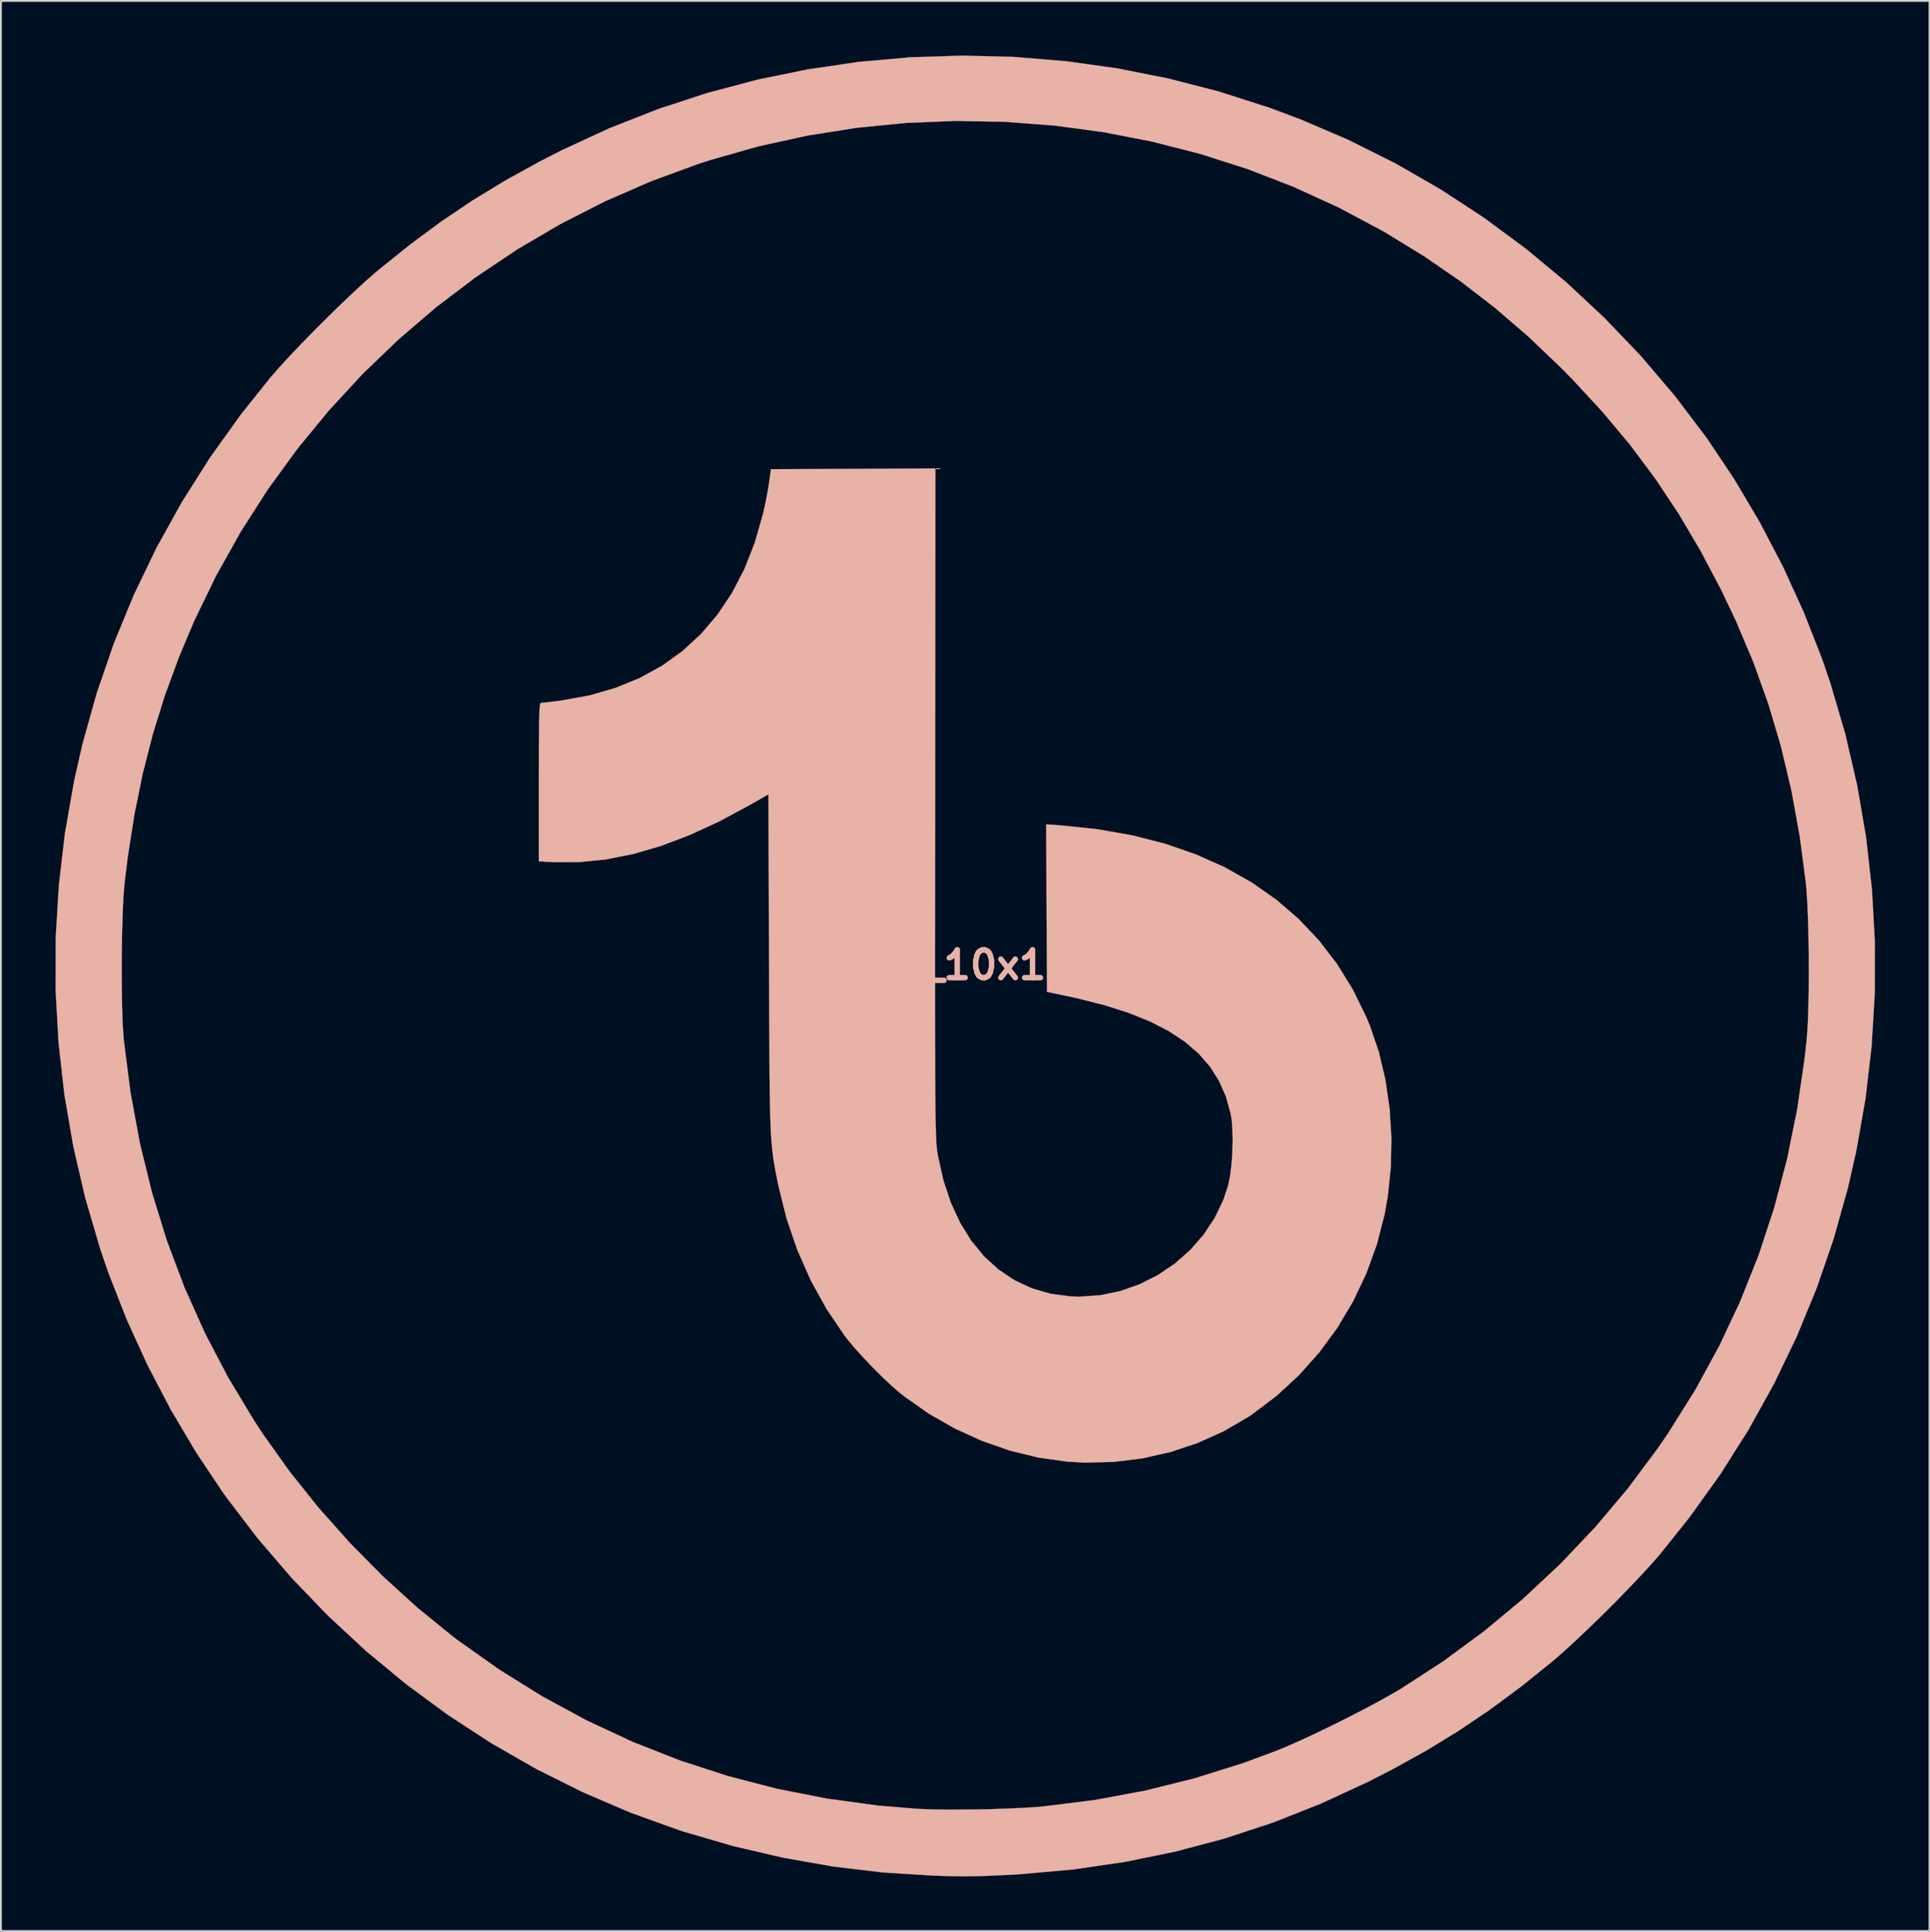
<source format=kicad_pcb>
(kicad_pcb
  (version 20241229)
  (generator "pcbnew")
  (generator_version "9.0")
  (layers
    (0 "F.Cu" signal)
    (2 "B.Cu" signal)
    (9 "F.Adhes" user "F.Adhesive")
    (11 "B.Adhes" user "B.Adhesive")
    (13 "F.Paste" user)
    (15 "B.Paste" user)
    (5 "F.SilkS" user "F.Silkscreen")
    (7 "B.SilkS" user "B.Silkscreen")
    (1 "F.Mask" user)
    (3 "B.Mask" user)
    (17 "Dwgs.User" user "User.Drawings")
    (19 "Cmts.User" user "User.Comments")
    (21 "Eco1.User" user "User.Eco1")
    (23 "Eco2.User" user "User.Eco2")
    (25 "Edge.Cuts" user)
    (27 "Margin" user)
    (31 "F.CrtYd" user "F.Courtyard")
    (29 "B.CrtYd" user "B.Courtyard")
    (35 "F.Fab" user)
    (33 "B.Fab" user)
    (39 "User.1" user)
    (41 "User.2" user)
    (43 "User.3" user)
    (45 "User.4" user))
  (footprint "tiktok_10x10_B"
    (layer "F.Cu")
    (at 49.905 49.926)
    (property "Reference" "tiktok_10x10_B" (at 0 0 0) (layer "B.SilkS") (effects (font (size 1.524 1.524) (thickness 0.3))))
    (attr through_hole)
    (fp_poly (pts (xy -1.611 -8.87) (xy -1.612 -6.791) (xy -1.613 -4.874) (xy -1.614 -3.113) (xy -1.615 -1.501) (xy -1.616 -0.029) (xy -1.615 1.308) (xy -1.615 2.517) (xy -1.614 3.607) (xy -1.612 4.582) (xy -1.61 5.452) (xy -1.607 6.222) (xy -1.603 6.899) (xy -1.598 7.492) (xy -1.593 8.005) (xy -1.586 8.448) (xy -1.578 8.825) (xy -1.57 9.146) (xy -1.56 9.416) (xy -1.549 9.642) (xy -1.537 9.832) (xy -1.524 9.992) (xy -1.509 10.13) (xy -1.493 10.253) (xy -1.475 10.367) (xy -1.456 10.479) (xy -1.451 10.508) (xy -1.151 11.838) (xy -0.743 13.056) (xy -0.232 14.157) (xy 0.376 15.137) (xy 1.078 15.99) (xy 1.868 16.711) (xy 2.741 17.297) (xy 3.693 17.741) (xy 4.718 18.039) (xy 5.812 18.187) (xy 6.318 18.203) (xy 7.458 18.123) (xy 8.567 17.891) (xy 9.629 17.515) (xy 10.631 17.008) (xy 11.557 16.38) (xy 12.393 15.643) (xy 13.126 14.806) (xy 13.739 13.882) (xy 14.218 12.881) (xy 14.487 12.065) (xy 14.586 11.579) (xy 14.659 10.982) (xy 14.706 10.323) (xy 14.724 9.65) (xy 14.711 9.012) (xy 14.667 8.458) (xy 14.618 8.155) (xy 14.356 7.219) (xy 13.979 6.36) (xy 13.483 5.575) (xy 12.861 4.86) (xy 12.109 4.211) (xy 11.221 3.624) (xy 10.192 3.096) (xy 9.017 2.622) (xy 7.691 2.2) (xy 6.207 1.824) (xy 5.63 1.699) (xy 4.53 1.47) (xy 4.486 -7.725) (xy 5.312 -7.666) (xy 7.32 -7.456) (xy 9.223 -7.12) (xy 11.021 -6.659) (xy 12.711 -6.075) (xy 14.29 -5.37) (xy 15.757 -4.544) (xy 17.108 -3.6) (xy 18.343 -2.538) (xy 19.457 -1.361) (xy 20.45 -0.07) (xy 21.319 1.334) (xy 22.062 2.85) (xy 22.272 3.355) (xy 22.755 4.781) (xy 23.112 6.295) (xy 23.342 7.871) (xy 23.441 9.482) (xy 23.409 11.099) (xy 23.243 12.697) (xy 23.069 13.679) (xy 22.642 15.334) (xy 22.063 16.93) (xy 21.34 18.455) (xy 20.479 19.9) (xy 19.488 21.252) (xy 18.374 22.502) (xy 17.145 23.638) (xy 15.808 24.65) (xy 15.579 24.804) (xy 14.235 25.587) (xy 12.807 26.23) (xy 11.314 26.728) (xy 9.77 27.077) (xy 8.194 27.273) (xy 6.602 27.312) (xy 5.618 27.255) (xy 4.049 27.032) (xy 2.486 26.649) (xy 0.949 26.112) (xy -0.543 25.432) (xy -1.971 24.614) (xy -3.314 23.668) (xy -3.556 23.476) (xy -3.997 23.095) (xy -4.502 22.62) (xy -5.036 22.087) (xy -5.562 21.534) (xy -6.044 20.999) (xy -6.445 20.518) (xy -6.575 20.35) (xy -7.571 18.879) (xy -8.441 17.305) (xy -9.175 15.643) (xy -9.769 13.909) (xy -10.215 12.119) (xy -10.234 12.023) (xy -10.304 11.67) (xy -10.367 11.349) (xy -10.423 11.048) (xy -10.472 10.758) (xy -10.515 10.465) (xy -10.552 10.16) (xy -10.584 9.831) (xy -10.612 9.467) (xy -10.635 9.056) (xy -10.654 8.588) (xy -10.67 8.051) (xy -10.683 7.435) (xy -10.693 6.728) (xy -10.702 5.919) (xy -10.708 4.996) (xy -10.714 3.95) (xy -10.719 2.767) (xy -10.724 1.438) (xy -10.73 -0.049) (xy -10.73 -0.094) (xy -10.762 -9.375) (xy -11.787 -8.788) (xy -13.47 -7.884) (xy -15.096 -7.135) (xy -16.671 -6.539) (xy -18.201 -6.095) (xy -19.692 -5.8) (xy -21.151 -5.653) (xy -22.583 -5.652) (xy -22.627 -5.654) (xy -23.368 -5.694) (xy -23.368 -10.044) (xy -23.367 -11.026) (xy -23.366 -11.853) (xy -23.362 -12.536) (xy -23.357 -13.088) (xy -23.349 -13.523) (xy -23.338 -13.853) (xy -23.324 -14.092) (xy -23.307 -14.252) (xy -23.286 -14.347) (xy -23.261 -14.388) (xy -23.245 -14.393) (xy -23.116 -14.404) (xy -22.858 -14.433) (xy -22.509 -14.475) (xy -22.147 -14.521) (xy -20.607 -14.798) (xy -19.168 -15.211) (xy -17.832 -15.757) (xy -16.6 -16.435) (xy -15.475 -17.244) (xy -14.459 -18.182) (xy -13.552 -19.247) (xy -12.758 -20.436) (xy -12.078 -21.75) (xy -11.514 -23.184) (xy -11.068 -24.739) (xy -11.061 -24.766) (xy -10.954 -25.246) (xy -10.85 -25.765) (xy -10.764 -26.244) (xy -10.731 -26.46) (xy -10.622 -27.22) (xy -1.597 -27.264) (xy -1.611 -8.87)) (stroke (width 0.01) (type solid)) (fill yes) (layer "B.SilkS"))
    (fp_poly (pts (xy 2.713 -49.851) (xy 5.546 -49.619) (xy 8.366 -49.227) (xy 11.168 -48.673) (xy 13.945 -47.958) (xy 16.688 -47.081) (xy 18.45 -46.424) (xy 21.086 -45.293) (xy 23.649 -44.012) (xy 26.132 -42.586) (xy 28.528 -41.019) (xy 30.832 -39.317) (xy 33.038 -37.484) (xy 35.137 -35.526) (xy 37.125 -33.448) (xy 38.994 -31.255) (xy 40.739 -28.952) (xy 40.766 -28.914) (xy 42.273 -26.661) (xy 43.671 -24.3) (xy 44.947 -21.856) (xy 46.088 -19.356) (xy 47.08 -16.825) (xy 47.538 -15.49) (xy 48.357 -12.705) (xy 49.011 -9.886) (xy 49.5 -7.04) (xy 49.825 -4.174) (xy 49.984 -1.294) (xy 49.978 1.591) (xy 49.806 4.476) (xy 49.469 7.352) (xy 48.965 10.214) (xy 48.506 12.231) (xy 47.729 15.007) (xy 46.792 17.727) (xy 45.7 20.384) (xy 44.452 22.976) (xy 43.053 25.499) (xy 41.503 27.948) (xy 39.804 30.319) (xy 38.185 32.343) (xy 37.711 32.886) (xy 37.136 33.513) (xy 36.483 34.199) (xy 35.781 34.918) (xy 35.053 35.645) (xy 34.326 36.354) (xy 33.626 37.019) (xy 32.978 37.615) (xy 32.407 38.116) (xy 32.258 38.242) (xy 30.531 39.629) (xy 28.83 40.887) (xy 27.115 42.044) (xy 25.344 43.125) (xy 23.476 44.158) (xy 22.183 44.82) (xy 19.59 46.02) (xy 16.963 47.06) (xy 14.294 47.94) (xy 11.576 48.663) (xy 8.802 49.23) (xy 5.966 49.643) (xy 3.061 49.903) (xy 2.201 49.95) (xy 1.515 49.982) (xy 0.947 50.003) (xy 0.447 50.015) (xy -0.035 50.018) (xy -0.548 50.012) (xy -1.141 49.997) (xy -1.693 49.981) (xy -4.431 49.813) (xy -7.191 49.484) (xy -9.954 48.998) (xy -12.701 48.358) (xy -15.413 47.568) (xy -15.663 47.486) (xy -18.342 46.521) (xy -20.958 45.4) (xy -23.504 44.13) (xy -25.973 42.715) (xy -28.36 41.16) (xy -30.656 39.471) (xy -32.856 37.652) (xy -34.953 35.707) (xy -36.939 33.643) (xy -38.808 31.465) (xy -40.554 29.176) (xy -40.681 28.998) (xy -42.188 26.746) (xy -43.586 24.385) (xy -44.863 21.941) (xy -46.003 19.44) (xy -46.995 16.91) (xy -47.453 15.574) (xy -48.272 12.79) (xy -48.926 9.971) (xy -49.416 7.125) (xy -49.74 4.258) (xy -49.9 1.379) (xy -49.897 0.144) (xy -46.272 0.144) (xy -46.269 1.052) (xy -46.258 1.92) (xy -46.238 2.717) (xy -46.209 3.412) (xy -46.171 3.977) (xy -46.159 4.106) (xy -45.792 6.976) (xy -45.277 9.764) (xy -44.614 12.473) (xy -43.8 15.108) (xy -42.836 17.672) (xy -41.719 20.169) (xy -40.448 22.602) (xy -39.021 24.975) (xy -38.521 25.739) (xy -37.065 27.784) (xy -35.465 29.785) (xy -33.745 31.717) (xy -31.926 33.556) (xy -30.031 35.279) (xy -28.083 36.862) (xy -27.835 37.05) (xy -25.535 38.678) (xy -23.16 40.154) (xy -20.715 41.477) (xy -18.201 42.646) (xy -15.623 43.66) (xy -12.985 44.517) (xy -10.289 45.216) (xy -7.539 45.756) (xy -4.739 46.136) (xy -2.648 46.312) (xy -2.013 46.34) (xy -1.248 46.356) (xy -0.391 46.359) (xy 0.52 46.351) (xy 1.447 46.332) (xy 2.351 46.302) (xy 3.194 46.264) (xy 3.937 46.217) (xy 4.318 46.184) (xy 7.13 45.834) (xy 9.896 45.322) (xy 12.619 44.646) (xy 15.299 43.806) (xy 17.109 43.136) (xy 17.77 42.862) (xy 18.543 42.519) (xy 19.392 42.122) (xy 20.283 41.69) (xy 21.182 41.24) (xy 22.054 40.789) (xy 22.864 40.354) (xy 23.58 39.951) (xy 23.94 39.738) (xy 26.28 38.223) (xy 28.527 36.57) (xy 30.671 34.788) (xy 32.707 32.884) (xy 34.624 30.866) (xy 36.417 28.741) (xy 38.076 26.516) (xy 38.665 25.654) (xy 40.132 23.309) (xy 41.443 20.908) (xy 42.6 18.446) (xy 43.606 15.92) (xy 44.46 13.325) (xy 45.166 10.654) (xy 45.725 7.905) (xy 46.138 5.072) (xy 46.243 4.106) (xy 46.285 3.562) (xy 46.318 2.878) (xy 46.341 2.087) (xy 46.354 1.218) (xy 46.359 0.302) (xy 46.354 -0.631) (xy 46.341 -1.55) (xy 46.319 -2.424) (xy 46.288 -3.224) (xy 46.249 -3.918) (xy 46.202 -4.477) (xy 46.201 -4.487) (xy 45.859 -7.088) (xy 45.407 -9.578) (xy 44.838 -11.979) (xy 44.146 -14.316) (xy 43.323 -16.61) (xy 42.363 -18.885) (xy 41.559 -20.574) (xy 40.413 -22.748) (xy 39.207 -24.787) (xy 37.921 -26.719) (xy 36.534 -28.573) (xy 35.026 -30.376) (xy 33.378 -32.157) (xy 32.772 -32.772) (xy 30.962 -34.499) (xy 29.126 -36.08) (xy 27.235 -37.538) (xy 25.257 -38.898) (xy 23.162 -40.182) (xy 22.945 -40.308) (xy 20.536 -41.592) (xy 18.058 -42.725) (xy 15.521 -43.705) (xy 12.931 -44.532) (xy 10.298 -45.205) (xy 7.631 -45.722) (xy 4.936 -46.084) (xy 2.223 -46.29) (xy -0.5 -46.338) (xy -3.225 -46.228) (xy -5.943 -45.958) (xy -8.646 -45.529) (xy -11.325 -44.939) (xy -13.973 -44.188) (xy -14.605 -43.983) (xy -17.211 -43.027) (xy -19.742 -41.923) (xy -22.192 -40.674) (xy -24.556 -39.287) (xy -26.829 -37.765) (xy -29.006 -36.115) (xy -31.08 -34.34) (xy -33.048 -32.447) (xy -34.902 -30.44) (xy -36.639 -28.325) (xy -38.253 -26.106) (xy -39.737 -23.788) (xy -41.088 -21.377) (xy -42.3 -18.877) (xy -43.123 -16.926) (xy -43.897 -14.82) (xy -44.559 -12.694) (xy -45.116 -10.52) (xy -45.575 -8.269) (xy -45.943 -5.915) (xy -46.117 -4.487) (xy -46.163 -3.963) (xy -46.201 -3.3) (xy -46.23 -2.527) (xy -46.252 -1.676) (xy -46.266 -0.776) (xy -46.272 0.144) (xy -49.897 0.144) (xy -49.894 -1.506) (xy -49.722 -4.391) (xy -49.384 -7.268) (xy -48.88 -10.13) (xy -48.422 -12.146) (xy -47.644 -14.923) (xy -46.708 -17.642) (xy -45.615 -20.3) (xy -44.368 -22.892) (xy -42.968 -25.414) (xy -41.418 -27.863) (xy -39.719 -30.235) (xy -38.101 -32.258) (xy -37.627 -32.801) (xy -37.051 -33.428) (xy -36.399 -34.114) (xy -35.696 -34.833) (xy -34.968 -35.56) (xy -34.242 -36.269) (xy -33.541 -36.934) (xy -32.893 -37.53) (xy -32.323 -38.032) (xy -32.173 -38.157) (xy -30.446 -39.544) (xy -28.746 -40.803) (xy -27.03 -41.959) (xy -25.259 -43.04) (xy -23.391 -44.073) (xy -22.098 -44.735) (xy -19.488 -45.939) (xy -16.825 -46.986) (xy -14.115 -47.873) (xy -11.366 -48.602) (xy -8.585 -49.171) (xy -5.78 -49.581) (xy -2.956 -49.831) (xy -0.123 -49.921) (xy 2.713 -49.851)) (stroke (width 0.01) (type solid)) (fill yes) (layer "B.SilkS")))
  (gr_rect
    (start -3 -3)
    (end 102.894 102.949)
    (stroke (width 0.1) (type default))
    (fill no)
    (layer "Edge.Cuts")))
</source>
